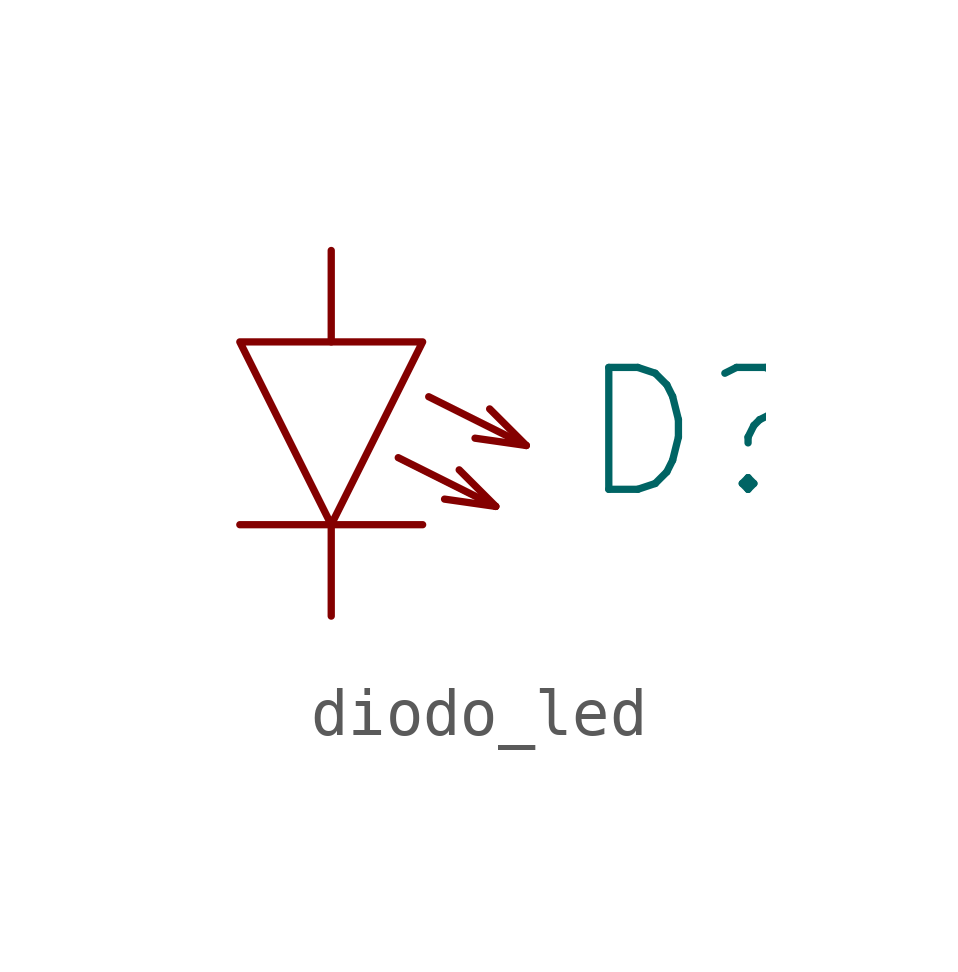
<source format=kicad_sym>
(kicad_symbol_lib
  (version 20231120)
  (generator "kicad_symbol_editor")
  (generator_version "8.0")
  (symbol "diodo_led"
    (pin_names
      (offset 1.016))
    (property "Reference" "D"
      (at 5.08 -3.81 0)
      (effects (font (size 2.54 2.54)) (justify left)))
    (symbol "diodo_led_0_1"
      (polyline (pts (xy 1.397 -4.318) (xy 3.429 -5.334)) (stroke (width 0) (type default)) (fill (type none)))
      (polyline (pts (xy 1.905 -5.715) (xy -1.905 -5.715)) (stroke (width 0) (type default)) (fill (type none)))
      (polyline (pts (xy 2.032 -3.048) (xy 4.064 -4.064)) (stroke (width 0) (type default)) (fill (type none)))
      (polyline (pts (xy 3.429 -5.334) (xy 2.362 -5.182)) (stroke (width 0) (type default)) (fill (type none)))
      (polyline (pts (xy 3.429 -5.334) (xy 2.667 -4.572)) (stroke (width 0) (type default)) (fill (type none)))
      (polyline (pts (xy 4.064 -4.064) (xy 2.997 -3.912)) (stroke (width 0) (type default)) (fill (type none)))
      (polyline (pts (xy 4.064 -4.064) (xy 3.302 -3.302)) (stroke (width 0) (type default)) (fill (type none)))
      (polyline (pts (xy 1.905 -1.905) (xy -1.905 -1.905) (xy 0 -5.715) (xy 1.905 -1.905)) (stroke (width 0) (type default)) (fill (type none))))
    (symbol "diodo_led_1_1"
      (pin input line (at 0 -7.62 90) (length 1.905) (name "" (effects (font (size 1.27 1.27)))) (number "" (effects (font (size 1.143 1.143)))))
      (pin input line (at 0 0 270) (length 1.905) (name "" (effects (font (size 1.27 1.27)))) (number "" (effects (font (size 1.143 1.143))))))))
</source>
